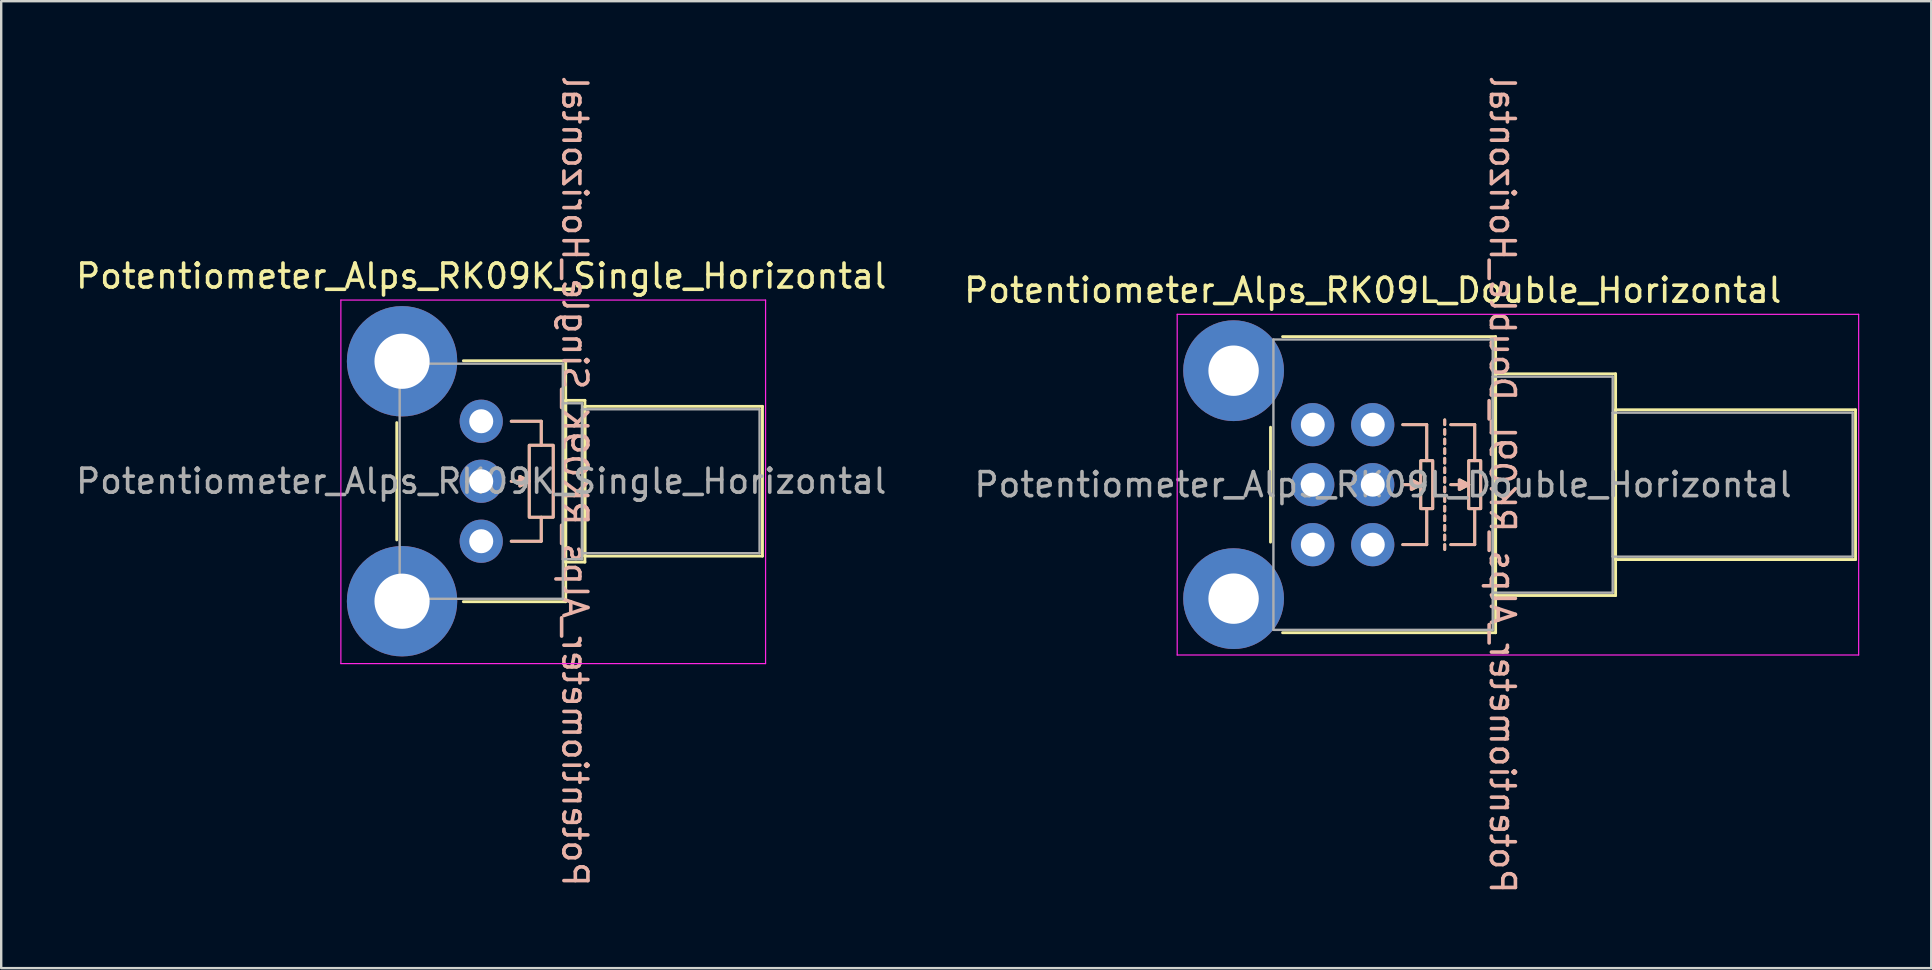
<source format=kicad_pcb>
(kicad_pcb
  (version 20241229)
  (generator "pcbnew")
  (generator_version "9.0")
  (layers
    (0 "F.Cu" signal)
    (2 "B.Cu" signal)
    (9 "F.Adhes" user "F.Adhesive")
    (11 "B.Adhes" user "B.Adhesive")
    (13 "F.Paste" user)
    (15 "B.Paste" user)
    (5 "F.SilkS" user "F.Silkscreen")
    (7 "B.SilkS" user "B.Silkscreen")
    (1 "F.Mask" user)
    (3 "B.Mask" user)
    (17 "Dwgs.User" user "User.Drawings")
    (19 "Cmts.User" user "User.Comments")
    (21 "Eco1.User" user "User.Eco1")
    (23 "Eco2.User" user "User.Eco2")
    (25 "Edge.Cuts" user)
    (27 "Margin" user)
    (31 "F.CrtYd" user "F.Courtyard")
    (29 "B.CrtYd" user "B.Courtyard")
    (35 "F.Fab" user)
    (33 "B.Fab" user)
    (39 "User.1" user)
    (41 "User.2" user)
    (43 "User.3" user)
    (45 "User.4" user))
  (footprint "Potentiometer_Alps_RK09L_Double_Horizontal"
    (layer "F.Cu")
    (at 54.161 19.649)
    (property "Reference" "Potentiometer_Alps_RK09L_Double_Horizontal" (at 0 -10.6 0) (layer "F.SilkS") (effects (font (size 1 1) (thickness 0.15))))
    (attr through_hole)
    (fp_line (start -4.261 -4.894) (end -4.261 -0.105) (stroke (width 0.12) (type solid)) (layer "F.SilkS"))
    (fp_line (start -3.759 -8.67) (end 5.12 -8.67) (stroke (width 0.12) (type solid)) (layer "F.SilkS"))
    (fp_line (start -3.759 3.67) (end 5.12 3.67) (stroke (width 0.12) (type solid)) (layer "F.SilkS"))
    (fp_line (start 2 -2.5) (end 1.25 -2.5) (stroke (width 0.12) (type solid)) (layer "F.SilkS"))
    (fp_line (start 2.25 -5) (end 1.25 -5) (stroke (width 0.12) (type solid)) (layer "F.SilkS"))
    (fp_line (start 2.25 -3.5) (end 2.25 -5) (stroke (width 0.12) (type solid)) (layer "F.SilkS"))
    (fp_line (start 2.25 -1.5) (end 2.25 0) (stroke (width 0.12) (type solid)) (layer "F.SilkS"))
    (fp_line (start 2.25 0) (end 1.25 0) (stroke (width 0.12) (type solid)) (layer "F.SilkS"))
    (fp_line (start 3 -5.2) (end 3 -5) (stroke (width 0.12) (type solid)) (layer "F.SilkS"))
    (fp_line (start 3 -4.8) (end 3 -4.6) (stroke (width 0.12) (type solid)) (layer "F.SilkS"))
    (fp_line (start 3 -4.4) (end 3 -4.2) (stroke (width 0.12) (type solid)) (layer "F.SilkS"))
    (fp_line (start 3 -4) (end 3 -3.8) (stroke (width 0.12) (type solid)) (layer "F.SilkS"))
    (fp_line (start 3 -3.6) (end 3 -3.4) (stroke (width 0.12) (type solid)) (layer "F.SilkS"))
    (fp_line (start 3 -3) (end 3 -3.2) (stroke (width 0.12) (type solid)) (layer "F.SilkS"))
    (fp_line (start 3 -2.8) (end 3 -2.6) (stroke (width 0.12) (type solid)) (layer "F.SilkS"))
    (fp_line (start 3 -2.4) (end 3 -2.2) (stroke (width 0.12) (type solid)) (layer "F.SilkS"))
    (fp_line (start 3 -2) (end 3 -1.8) (stroke (width 0.12) (type solid)) (layer "F.SilkS"))
    (fp_line (start 3 -1.6) (end 3 -1.4) (stroke (width 0.12) (type solid)) (layer "F.SilkS"))
    (fp_line (start 3 -1.2) (end 3 -1) (stroke (width 0.12) (type solid)) (layer "F.SilkS"))
    (fp_line (start 3 -0.8) (end 3 -0.6) (stroke (width 0.12) (type solid)) (layer "F.SilkS"))
    (fp_line (start 3 -0.4) (end 3 -0.2) (stroke (width 0.12) (type solid)) (layer "F.SilkS"))
    (fp_line (start 3 0) (end 3 0.2) (stroke (width 0.12) (type solid)) (layer "F.SilkS"))
    (fp_line (start 4 -2.5) (end 3.25 -2.5) (stroke (width 0.12) (type solid)) (layer "F.SilkS"))
    (fp_line (start 4.25 -5) (end 3.25 -5) (stroke (width 0.12) (type solid)) (layer "F.SilkS"))
    (fp_line (start 4.25 -3.5) (end 4.25 -5) (stroke (width 0.12) (type solid)) (layer "F.SilkS"))
    (fp_line (start 4.25 -1.5) (end 4.25 0) (stroke (width 0.12) (type solid)) (layer "F.SilkS"))
    (fp_line (start 4.25 0) (end 3.25 0) (stroke (width 0.12) (type solid)) (layer "F.SilkS"))
    (fp_line (start 5.12 -8.67) (end 5.12 3.67) (stroke (width 0.12) (type solid)) (layer "F.SilkS"))
    (fp_line (start 5.12 -7.12) (end 5.12 2.12) (stroke (width 0.12) (type solid)) (layer "F.SilkS"))
    (fp_line (start 5.12 -7.12) (end 10.12 -7.12) (stroke (width 0.12) (type solid)) (layer "F.SilkS"))
    (fp_line (start 5.12 2.12) (end 10.12 2.12) (stroke (width 0.12) (type solid)) (layer "F.SilkS"))
    (fp_line (start 10.12 -7.12) (end 10.12 2.12) (stroke (width 0.12) (type solid)) (layer "F.SilkS"))
    (fp_line (start 10.12 -5.62) (end 10.12 0.62) (stroke (width 0.12) (type solid)) (layer "F.SilkS"))
    (fp_line (start 10.12 -5.62) (end 20.12 -5.62) (stroke (width 0.12) (type solid)) (layer "F.SilkS"))
    (fp_line (start 10.12 0.62) (end 20.12 0.62) (stroke (width 0.12) (type solid)) (layer "F.SilkS"))
    (fp_line (start 20.12 -5.62) (end 20.12 0.62) (stroke (width 0.12) (type solid)) (layer "F.SilkS"))
    (fp_rect (start 2 -3.5) (end 2.5 -1.5) (stroke (width 0.12) (type solid)) (fill no) (layer "F.SilkS"))
    (fp_rect (start 4 -3.5) (end 4.5 -1.5) (stroke (width 0.12) (type solid)) (fill no) (layer "F.SilkS"))
    (fp_poly (pts (xy 2 -2.5) (xy 1.625 -2.3) (xy 1.625 -2.7)) (stroke (width 0.12) (type solid)) (fill yes) (layer "F.SilkS"))
    (fp_poly (pts (xy 4 -2.5) (xy 3.625 -2.3) (xy 3.625 -2.7)) (stroke (width 0.12) (type solid)) (fill yes) (layer "F.SilkS"))
    (fp_line (start 1.25 -5) (end 2.25 -5) (stroke (width 0.12) (type solid)) (layer "B.SilkS"))
    (fp_line (start 1.25 -2.5) (end 2 -2.5) (stroke (width 0.12) (type solid)) (layer "B.SilkS"))
    (fp_line (start 2.25 -5) (end 2.25 -3.5) (stroke (width 0.12) (type solid)) (layer "B.SilkS"))
    (fp_line (start 2.25 -1.5) (end 2.25 0) (stroke (width 0.12) (type solid)) (layer "B.SilkS"))
    (fp_line (start 2.25 0) (end 1.25 0) (stroke (width 0.12) (type solid)) (layer "B.SilkS"))
    (fp_line (start 3 -5.2) (end 3 -5) (stroke (width 0.12) (type solid)) (layer "B.SilkS"))
    (fp_line (start 3 -4.8) (end 3 -4.6) (stroke (width 0.12) (type solid)) (layer "B.SilkS"))
    (fp_line (start 3 -4.4) (end 3 -4.2) (stroke (width 0.12) (type solid)) (layer "B.SilkS"))
    (fp_line (start 3 -4) (end 3 -3.8) (stroke (width 0.12) (type solid)) (layer "B.SilkS"))
    (fp_line (start 3 -3.6) (end 3 -3.4) (stroke (width 0.12) (type solid)) (layer "B.SilkS"))
    (fp_line (start 3 -3.2) (end 3 -3) (stroke (width 0.12) (type solid)) (layer "B.SilkS"))
    (fp_line (start 3 -2.8) (end 3 -2.6) (stroke (width 0.12) (type solid)) (layer "B.SilkS"))
    (fp_line (start 3 -2.4) (end 3 -2.2) (stroke (width 0.12) (type solid)) (layer "B.SilkS"))
    (fp_line (start 3 -2) (end 3 -1.8) (stroke (width 0.12) (type solid)) (layer "B.SilkS"))
    (fp_line (start 3 -1.6) (end 3 -1.4) (stroke (width 0.12) (type solid)) (layer "B.SilkS"))
    (fp_line (start 3 -1.2) (end 3 -1) (stroke (width 0.12) (type solid)) (layer "B.SilkS"))
    (fp_line (start 3 -0.8) (end 3 -0.6) (stroke (width 0.12) (type solid)) (layer "B.SilkS"))
    (fp_line (start 3 -0.4) (end 3 -0.2) (stroke (width 0.12) (type solid)) (layer "B.SilkS"))
    (fp_line (start 3 0) (end 3 0.2) (stroke (width 0.12) (type solid)) (layer "B.SilkS"))
    (fp_line (start 3.25 -5) (end 4.25 -5) (stroke (width 0.12) (type solid)) (layer "B.SilkS"))
    (fp_line (start 3.25 -2.5) (end 4 -2.5) (stroke (width 0.12) (type solid)) (layer "B.SilkS"))
    (fp_line (start 4.25 -5) (end 4.25 -3.5) (stroke (width 0.12) (type solid)) (layer "B.SilkS"))
    (fp_line (start 4.25 -1.5) (end 4.25 0) (stroke (width 0.12) (type solid)) (layer "B.SilkS"))
    (fp_line (start 4.25 0) (end 3.25 0) (stroke (width 0.12) (type solid)) (layer "B.SilkS"))
    (fp_rect (start 2 -3.5) (end 2.5 -1.5) (stroke (width 0.12) (type solid)) (fill no) (layer "B.SilkS"))
    (fp_rect (start 4 -3.5) (end 4.5 -1.5) (stroke (width 0.12) (type solid)) (fill no) (layer "B.SilkS"))
    (fp_poly (pts (xy 2 -2.5) (xy 1.6 -2.3) (xy 1.6 -2.7)) (stroke (width 0.12) (type solid)) (fill yes) (layer "B.SilkS"))
    (fp_poly (pts (xy 4 -2.5) (xy 3.6 -2.3) (xy 3.6 -2.7)) (stroke (width 0.12) (type solid)) (fill yes) (layer "B.SilkS"))
    (fp_line (start -8.15 -9.6) (end -8.15 4.6) (stroke (width 0.05) (type solid)) (layer "F.CrtYd"))
    (fp_line (start -8.15 4.6) (end 20.25 4.6) (stroke (width 0.05) (type solid)) (layer "F.CrtYd"))
    (fp_line (start 20.25 -9.6) (end -8.15 -9.6) (stroke (width 0.05) (type solid)) (layer "F.CrtYd"))
    (fp_line (start 20.25 4.6) (end 20.25 -9.6) (stroke (width 0.05) (type solid)) (layer "F.CrtYd"))
    (fp_line (start -4.14 -8.55) (end -4.14 3.55) (stroke (width 0.1) (type solid)) (layer "F.Fab"))
    (fp_line (start -4.14 3.55) (end 5 3.55) (stroke (width 0.1) (type solid)) (layer "F.Fab"))
    (fp_line (start 5 -8.55) (end -4.14 -8.55) (stroke (width 0.1) (type solid)) (layer "F.Fab"))
    (fp_line (start 5 -7) (end 5 2) (stroke (width 0.1) (type solid)) (layer "F.Fab"))
    (fp_line (start 5 2) (end 10 2) (stroke (width 0.1) (type solid)) (layer "F.Fab"))
    (fp_line (start 5 3.55) (end 5 -8.55) (stroke (width 0.1) (type solid)) (layer "F.Fab"))
    (fp_line (start 10 -7) (end 5 -7) (stroke (width 0.1) (type solid)) (layer "F.Fab"))
    (fp_line (start 10 -5.5) (end 10 0.5) (stroke (width 0.1) (type solid)) (layer "F.Fab"))
    (fp_line (start 10 0.5) (end 20 0.5) (stroke (width 0.1) (type solid)) (layer "F.Fab"))
    (fp_line (start 10 2) (end 10 -7) (stroke (width 0.1) (type solid)) (layer "F.Fab"))
    (fp_line (start 20 -5.5) (end 10 -5.5) (stroke (width 0.1) (type solid)) (layer "F.Fab"))
    (fp_line (start 20 0.5) (end 20 -5.5) (stroke (width 0.1) (type solid)) (layer "F.Fab"))
    (fp_text user "${REFERENCE}" (at 5.4 -2.5 270) (unlocked yes) (layer "B.SilkS") (effects (font (size 1 1) (thickness 0.15)) (justify mirror)))
    (fp_text user "${REFERENCE}" (at 0.43 -2.5 0) (layer "F.Fab") (effects (font (size 1 1) (thickness 0.15))))
    (pad "" thru_hole circle (at -5.8 -7.25) (size 4.2 4.2) (drill 2.1) (layers "*.Cu" "*.Mask"))
    (pad "" thru_hole circle (at -5.8 2.25) (size 4.2 4.2) (drill 2.1) (layers "*.Cu" "*.Mask"))
    (pad "1" thru_hole circle (at 0 0) (size 1.8 1.8) (drill 1) (layers "*.Cu" "*.Mask"))
    (pad "2" thru_hole circle (at 0 -2.5) (size 1.8 1.8) (drill 1) (layers "*.Cu" "*.Mask"))
    (pad "3" thru_hole circle (at 0 -5) (size 1.8 1.8) (drill 1) (layers "*.Cu" "*.Mask"))
    (pad "4" thru_hole circle (at -2.5 0) (size 1.8 1.8) (drill 1) (layers "*.Cu" "*.Mask"))
    (pad "5" thru_hole circle (at -2.5 -2.5) (size 1.8 1.8) (drill 1) (layers "*.Cu" "*.Mask"))
    (pad "6" thru_hole circle (at -2.5 -5) (size 1.8 1.8) (drill 1) (layers "*.Cu" "*.Mask")))
  (footprint "Potentiometer_Alps_RK09K_Single_Horizontal"
    (layer "F.Cu")
    (at 17.006 19.506)
    (property "Reference" "Potentiometer_Alps_RK09K_Single_Horizontal" (at 0 -11.05 0) (layer "F.SilkS") (effects (font (size 1 1) (thickness 0.15))))
    (attr through_hole)
    (fp_line (start -3.52 -4.944) (end -3.52 -0.055) (stroke (width 0.12) (type solid)) (layer "F.SilkS"))
    (fp_line (start -0.745 -7.521) (end 3.52 -7.521) (stroke (width 0.12) (type solid)) (layer "F.SilkS"))
    (fp_line (start -0.745 2.52) (end 3.52 2.52) (stroke (width 0.12) (type solid)) (layer "F.SilkS"))
    (fp_line (start 2 -2.5) (end 1.25 -2.5) (stroke (width 0.12) (type solid)) (layer "F.SilkS"))
    (fp_line (start 2.5 -5) (end 1.25 -5) (stroke (width 0.12) (type solid)) (layer "F.SilkS"))
    (fp_line (start 2.5 -4) (end 2.5 -5) (stroke (width 0.12) (type solid)) (layer "F.SilkS"))
    (fp_line (start 2.5 -1) (end 2.5 0) (stroke (width 0.12) (type solid)) (layer "F.SilkS"))
    (fp_line (start 2.5 0) (end 1.25 0) (stroke (width 0.12) (type solid)) (layer "F.SilkS"))
    (fp_line (start 3.52 -7.521) (end 3.52 2.52) (stroke (width 0.12) (type solid)) (layer "F.SilkS"))
    (fp_line (start 3.52 -5.87) (end 3.52 0.87) (stroke (width 0.12) (type solid)) (layer "F.SilkS"))
    (fp_line (start 3.52 -5.87) (end 4.32 -5.87) (stroke (width 0.12) (type solid)) (layer "F.SilkS"))
    (fp_line (start 3.52 0.87) (end 4.32 0.87) (stroke (width 0.12) (type solid)) (layer "F.SilkS"))
    (fp_line (start 4.32 -5.87) (end 4.32 0.87) (stroke (width 0.12) (type solid)) (layer "F.SilkS"))
    (fp_line (start 4.32 -5.62) (end 4.32 0.62) (stroke (width 0.12) (type solid)) (layer "F.SilkS"))
    (fp_line (start 4.32 -5.62) (end 11.72 -5.62) (stroke (width 0.12) (type solid)) (layer "F.SilkS"))
    (fp_line (start 4.32 0.62) (end 11.72 0.62) (stroke (width 0.12) (type solid)) (layer "F.SilkS"))
    (fp_line (start 11.72 -5.62) (end 11.72 0.62) (stroke (width 0.12) (type solid)) (layer "F.SilkS"))
    (fp_rect (start 2 -4) (end 3 -1) (stroke (width 0.12) (type solid)) (fill no) (layer "F.SilkS"))
    (fp_poly (pts (xy 2 -2.5) (xy 1.625 -2.3) (xy 1.625 -2.7)) (stroke (width 0.12) (type solid)) (fill yes) (layer "F.SilkS"))
    (fp_line (start 1.25 -5) (end 2.5 -5) (stroke (width 0.12) (type solid)) (layer "B.SilkS"))
    (fp_line (start 1.25 -2.5) (end 2 -2.5) (stroke (width 0.12) (type solid)) (layer "B.SilkS"))
    (fp_line (start 1.25 0) (end 2.5 0) (stroke (width 0.12) (type solid)) (layer "B.SilkS"))
    (fp_line (start 2.5 -5) (end 2.5 -4) (stroke (width 0.12) (type solid)) (layer "B.SilkS"))
    (fp_line (start 2.5 0) (end 2.5 -1) (stroke (width 0.12) (type solid)) (layer "B.SilkS"))
    (fp_rect (start 2 -4) (end 3 -1) (stroke (width 0.12) (type solid)) (fill no) (layer "B.SilkS"))
    (fp_poly (pts (xy 2 -2.5) (xy 1.6 -2.3) (xy 1.6 -2.7)) (stroke (width 0.12) (type solid)) (fill yes) (layer "B.SilkS"))
    (fp_line (start -5.85 -10.05) (end -5.85 5.1) (stroke (width 0.05) (type solid)) (layer "F.CrtYd"))
    (fp_line (start -5.85 5.1) (end 11.85 5.1) (stroke (width 0.05) (type solid)) (layer "F.CrtYd"))
    (fp_line (start 11.85 -10.05) (end -5.85 -10.05) (stroke (width 0.05) (type solid)) (layer "F.CrtYd"))
    (fp_line (start 11.85 5.1) (end 11.85 -10.05) (stroke (width 0.05) (type solid)) (layer "F.CrtYd"))
    (fp_line (start -3.4 -7.4) (end -3.4 2.4) (stroke (width 0.1) (type solid)) (layer "F.Fab"))
    (fp_line (start -3.4 2.4) (end 3.4 2.4) (stroke (width 0.1) (type solid)) (layer "F.Fab"))
    (fp_line (start 3.4 -7.4) (end -3.4 -7.4) (stroke (width 0.1) (type solid)) (layer "F.Fab"))
    (fp_line (start 3.4 -5.75) (end 3.4 0.75) (stroke (width 0.1) (type solid)) (layer "F.Fab"))
    (fp_line (start 3.4 0.75) (end 4.2 0.75) (stroke (width 0.1) (type solid)) (layer "F.Fab"))
    (fp_line (start 3.4 2.4) (end 3.4 -7.4) (stroke (width 0.1) (type solid)) (layer "F.Fab"))
    (fp_line (start 4.2 -5.75) (end 3.4 -5.75) (stroke (width 0.1) (type solid)) (layer "F.Fab"))
    (fp_line (start 4.2 -5.5) (end 4.2 0.5) (stroke (width 0.1) (type solid)) (layer "F.Fab"))
    (fp_line (start 4.2 0.5) (end 11.6 0.5) (stroke (width 0.1) (type solid)) (layer "F.Fab"))
    (fp_line (start 4.2 0.75) (end 4.2 -5.75) (stroke (width 0.1) (type solid)) (layer "F.Fab"))
    (fp_line (start 11.6 -5.5) (end 4.2 -5.5) (stroke (width 0.1) (type solid)) (layer "F.Fab"))
    (fp_line (start 11.6 0.5) (end 11.6 -5.5) (stroke (width 0.1) (type solid)) (layer "F.Fab"))
    (fp_text user "${REFERENCE}" (at 3.9 -2.5 270) (unlocked yes) (layer "B.SilkS") (effects (font (size 1 1) (thickness 0.15)) (justify mirror)))
    (fp_text user "${REFERENCE}" (at 0 -2.5 0) (layer "F.Fab") (effects (font (size 1 1) (thickness 0.15))))
    (pad "" thru_hole circle (at -3.3 -7.5) (size 4.6 4.6) (drill 2.3) (layers "*.Cu" "*.Mask"))
    (pad "" thru_hole circle (at -3.3 2.5) (size 4.6 4.6) (drill 2.3) (layers "*.Cu" "*.Mask"))
    (pad "1" thru_hole circle (at 0 0) (size 1.8 1.8) (drill 1) (layers "*.Cu" "*.Mask"))
    (pad "2" thru_hole circle (at 0 -2.5) (size 1.8 1.8) (drill 1) (layers "*.Cu" "*.Mask"))
    (pad "3" thru_hole circle (at 0 -5) (size 1.8 1.8) (drill 1) (layers "*.Cu" "*.Mask")))
  (gr_rect
    (start -3 -3)
    (end 77.436 37.298)
    (stroke (width 0.1) (type default))
    (fill no)
    (layer "Edge.Cuts")))
</source>
